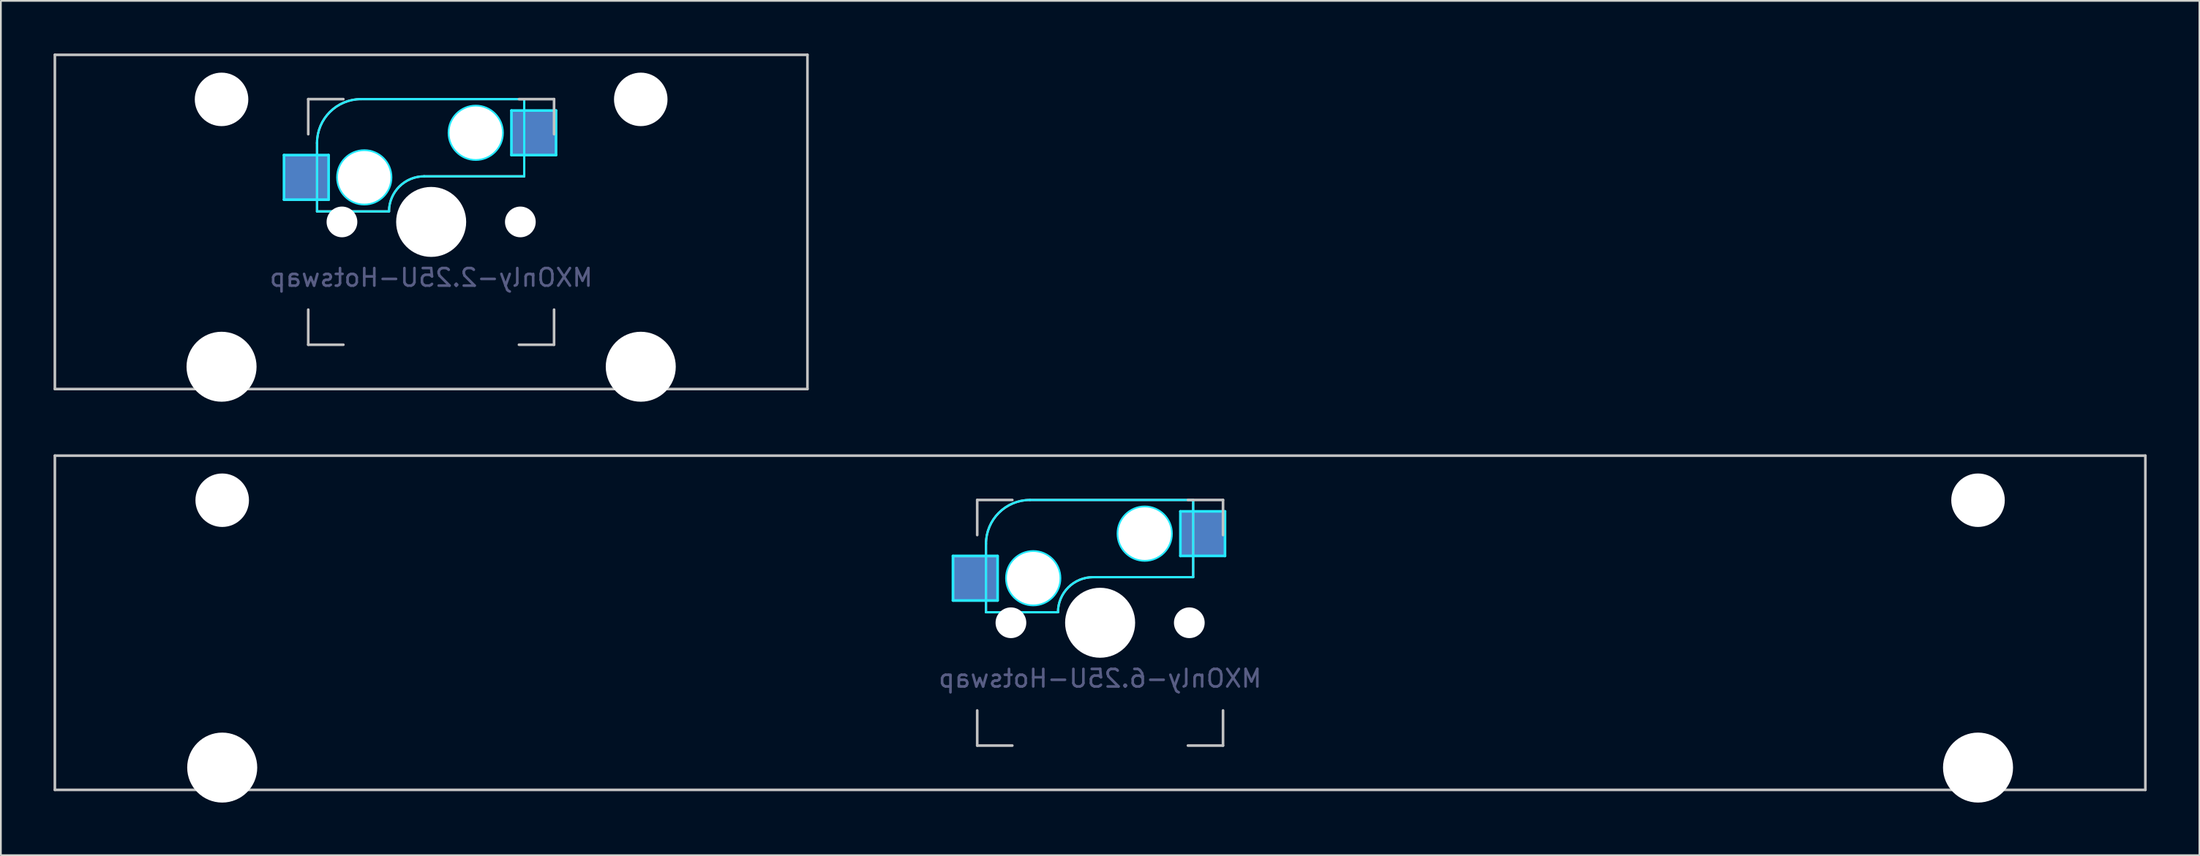
<source format=kicad_pcb>
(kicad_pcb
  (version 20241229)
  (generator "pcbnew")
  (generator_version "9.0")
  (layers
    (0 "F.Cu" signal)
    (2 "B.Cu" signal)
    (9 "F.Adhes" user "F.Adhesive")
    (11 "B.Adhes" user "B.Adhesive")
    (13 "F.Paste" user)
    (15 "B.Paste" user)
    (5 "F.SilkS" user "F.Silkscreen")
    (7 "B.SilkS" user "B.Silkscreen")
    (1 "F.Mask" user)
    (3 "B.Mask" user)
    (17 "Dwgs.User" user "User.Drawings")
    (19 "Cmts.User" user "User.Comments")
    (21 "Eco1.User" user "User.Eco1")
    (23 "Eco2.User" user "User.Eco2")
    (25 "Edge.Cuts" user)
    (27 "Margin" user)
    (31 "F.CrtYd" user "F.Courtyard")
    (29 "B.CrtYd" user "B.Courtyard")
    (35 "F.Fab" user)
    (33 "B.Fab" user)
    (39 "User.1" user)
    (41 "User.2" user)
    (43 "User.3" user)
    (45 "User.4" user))
  (footprint "MXOnly-6.25U-Hotswap"
    (layer "F.Cu")
    (at 59.606 32.449)
    (property "Reference" "MXOnly-6.25U-Hotswap" (at 0 3.175 0) (layer "B.Fab") (effects (font (size 1 1) (thickness 0.15)) (justify mirror)))
    (attr smd)
    (fp_line (start -6.5 -4.5) (end -6.5 -0.6) (stroke (width 0.127) (type solid)) (layer "B.SilkS"))
    (fp_line (start -6.5 -0.6) (end -2.4 -0.6) (stroke (width 0.127) (type solid)) (layer "B.SilkS"))
    (fp_line (start -0.4 -2.6) (end 5.3 -2.6) (stroke (width 0.127) (type solid)) (layer "B.SilkS"))
    (fp_line (start 5.3 -7) (end -4 -7) (stroke (width 0.127) (type solid)) (layer "B.SilkS"))
    (fp_line (start 5.3 -7) (end 5.3 -2.6) (stroke (width 0.127) (type solid)) (layer "B.SilkS"))
    (fp_rect (start -8.36 -3.79) (end -5.82 -1.25) (stroke (width 0.1) (type default)) (fill no) (layer "B.SilkS"))
    (fp_rect (start 7.112 -6.35) (end 4.572 -3.81) (stroke (width 0.1) (type default)) (fill no) (layer "B.SilkS"))
    (fp_arc (start -6.500002 -4.499998) (mid -5.76777 -6.267766) (end -4.000002 -6.999998) (stroke (width 0.127) (type solid)) (layer "B.SilkS"))
    (fp_arc (start -2.4 -0.6) (mid -1.814214 -2.014214) (end -0.4 -2.6) (stroke (width 0.127) (type solid)) (layer "B.SilkS"))
    (fp_line (start -59.531 -9.525) (end 59.531 -9.525) (stroke (width 0.15) (type solid)) (layer "Dwgs.User"))
    (fp_line (start -59.531 9.525) (end -59.531 -9.525) (stroke (width 0.15) (type solid)) (layer "Dwgs.User"))
    (fp_line (start -7 -7) (end -7 -5) (stroke (width 0.15) (type solid)) (layer "Dwgs.User"))
    (fp_line (start -7 5) (end -7 7) (stroke (width 0.15) (type solid)) (layer "Dwgs.User"))
    (fp_line (start -7 7) (end -5 7) (stroke (width 0.15) (type solid)) (layer "Dwgs.User"))
    (fp_line (start -5 -7) (end -7 -7) (stroke (width 0.15) (type solid)) (layer "Dwgs.User"))
    (fp_line (start 5 -7) (end 7 -7) (stroke (width 0.15) (type solid)) (layer "Dwgs.User"))
    (fp_line (start 5 7) (end 7 7) (stroke (width 0.15) (type solid)) (layer "Dwgs.User"))
    (fp_line (start 7 -7) (end 7 -5) (stroke (width 0.15) (type solid)) (layer "Dwgs.User"))
    (fp_line (start 7 7) (end 7 5) (stroke (width 0.15) (type solid)) (layer "Dwgs.User"))
    (fp_line (start 59.531 -9.525) (end 59.531 9.525) (stroke (width 0.15) (type solid)) (layer "Dwgs.User"))
    (fp_line (start 59.531 9.525) (end -59.531 9.525) (stroke (width 0.15) (type solid)) (layer "Dwgs.User"))
    (fp_line (start -8.382 -3.81) (end -5.842 -3.81) (stroke (width 0.15) (type solid)) (layer "B.CrtYd"))
    (fp_line (start -8.382 -1.27) (end -8.382 -3.81) (stroke (width 0.15) (type solid)) (layer "B.CrtYd"))
    (fp_line (start -6.5 -4.5) (end -6.5 -0.6) (stroke (width 0.127) (type solid)) (layer "B.CrtYd"))
    (fp_line (start -6.5 -0.6) (end -2.4 -0.6) (stroke (width 0.127) (type solid)) (layer "B.CrtYd"))
    (fp_line (start -5.842 -3.81) (end -5.842 -1.27) (stroke (width 0.15) (type solid)) (layer "B.CrtYd"))
    (fp_line (start -5.842 -1.27) (end -8.382 -1.27) (stroke (width 0.15) (type solid)) (layer "B.CrtYd"))
    (fp_line (start -0.4 -2.6) (end 5.3 -2.6) (stroke (width 0.127) (type solid)) (layer "B.CrtYd"))
    (fp_line (start 4.572 -6.35) (end 7.112 -6.35) (stroke (width 0.15) (type solid)) (layer "B.CrtYd"))
    (fp_line (start 4.572 -3.81) (end 4.572 -6.35) (stroke (width 0.15) (type solid)) (layer "B.CrtYd"))
    (fp_line (start 5.3 -7) (end -4 -7) (stroke (width 0.127) (type solid)) (layer "B.CrtYd"))
    (fp_line (start 5.3 -7) (end 5.3 -2.6) (stroke (width 0.127) (type solid)) (layer "B.CrtYd"))
    (fp_line (start 7.112 -6.35) (end 7.112 -3.81) (stroke (width 0.15) (type solid)) (layer "B.CrtYd"))
    (fp_line (start 7.112 -3.81) (end 4.572 -3.81) (stroke (width 0.15) (type solid)) (layer "B.CrtYd"))
    (fp_arc (start -6.5 -4.5) (mid -5.767767 -6.267767) (end -4 -7) (stroke (width 0.127) (type solid)) (layer "B.CrtYd"))
    (fp_arc (start -2.4 -0.6) (mid -1.814214 -2.014214) (end -0.4 -2.6) (stroke (width 0.127) (type solid)) (layer "B.CrtYd"))
    (fp_circle (center -3.81 -2.54) (end -3.81 -4.064) (stroke (width 0.15) (type solid)) (fill no) (layer "B.CrtYd"))
    (fp_circle (center 2.54 -5.08) (end 2.54 -6.604) (stroke (width 0.15) (type solid)) (fill no) (layer "B.CrtYd"))
    (pad "" np_thru_hole circle (at -50 -6.985) (size 3.048 3.048) (drill 3.048) (layers "*.Cu" "*.Mask"))
    (pad "" np_thru_hole circle (at -50 8.255) (size 3.988 3.988) (drill 3.988) (layers "*.Cu" "*.Mask"))
    (pad "" np_thru_hole circle (at -5.08 0 48.1) (size 1.75 1.75) (drill 1.75) (layers "*.Cu" "*.Mask"))
    (pad "" np_thru_hole circle (at -3.81 -2.54) (size 3 3) (drill 3) (layers "*.Cu" "*.Mask"))
    (pad "" np_thru_hole circle (at 0 0) (size 3.988 3.988) (drill 3.988) (layers "*.Cu" "*.Mask"))
    (pad "" np_thru_hole circle (at 2.54 -5.08) (size 3 3) (drill 3) (layers "*.Cu" "*.Mask"))
    (pad "" np_thru_hole circle (at 5.08 0 48.1) (size 1.75 1.75) (drill 1.75) (layers "*.Cu" "*.Mask"))
    (pad "" np_thru_hole circle (at 50 -6.985) (size 3.048 3.048) (drill 3.048) (layers "*.Cu" "*.Mask"))
    (pad "" np_thru_hole circle (at 50 8.255) (size 3.988 3.988) (drill 3.988) (layers "*.Cu" "*.Mask"))
    (pad "1" smd rect (at -7.085 -2.54) (size 2.55 2.5) (layers "B.Cu" "B.Mask" "B.Paste"))
    (pad "2" smd rect (at 5.842 -5.08) (size 2.55 2.5) (layers "B.Cu" "B.Mask" "B.Paste")))
  (footprint "MXOnly-2.25U-Hotswap"
    (layer "F.Cu")
    (at 21.506 9.6)
    (property "Reference" "MXOnly-2.25U-Hotswap" (at 0 3.175 0) (layer "B.Fab") (effects (font (size 1 1) (thickness 0.15)) (justify mirror)))
    (attr smd)
    (fp_line (start -6.5 -4.5) (end -6.5 -0.6) (stroke (width 0.127) (type solid)) (layer "B.SilkS"))
    (fp_line (start -6.5 -0.6) (end -2.4 -0.6) (stroke (width 0.127) (type solid)) (layer "B.SilkS"))
    (fp_line (start -0.4 -2.6) (end 5.3 -2.6) (stroke (width 0.127) (type solid)) (layer "B.SilkS"))
    (fp_line (start 5.3 -7) (end -4 -7) (stroke (width 0.127) (type solid)) (layer "B.SilkS"))
    (fp_line (start 5.3 -7) (end 5.3 -2.6) (stroke (width 0.127) (type solid)) (layer "B.SilkS"))
    (fp_rect (start -8.36 -3.79) (end -5.82 -1.25) (stroke (width 0.1) (type default)) (fill no) (layer "B.SilkS"))
    (fp_rect (start 7.112 -6.35) (end 4.572 -3.81) (stroke (width 0.1) (type default)) (fill no) (layer "B.SilkS"))
    (fp_arc (start -6.500002 -4.499998) (mid -5.76777 -6.267766) (end -4.000002 -6.999998) (stroke (width 0.127) (type solid)) (layer "B.SilkS"))
    (fp_arc (start -2.4 -0.6) (mid -1.814214 -2.014214) (end -0.4 -2.6) (stroke (width 0.127) (type solid)) (layer "B.SilkS"))
    (fp_line (start -21.431 -9.525) (end 21.431 -9.525) (stroke (width 0.15) (type solid)) (layer "Dwgs.User"))
    (fp_line (start -21.431 9.525) (end -21.431 -9.525) (stroke (width 0.15) (type solid)) (layer "Dwgs.User"))
    (fp_line (start -7 -7) (end -7 -5) (stroke (width 0.15) (type solid)) (layer "Dwgs.User"))
    (fp_line (start -7 5) (end -7 7) (stroke (width 0.15) (type solid)) (layer "Dwgs.User"))
    (fp_line (start -7 7) (end -5 7) (stroke (width 0.15) (type solid)) (layer "Dwgs.User"))
    (fp_line (start -5 -7) (end -7 -7) (stroke (width 0.15) (type solid)) (layer "Dwgs.User"))
    (fp_line (start 5 -7) (end 7 -7) (stroke (width 0.15) (type solid)) (layer "Dwgs.User"))
    (fp_line (start 5 7) (end 7 7) (stroke (width 0.15) (type solid)) (layer "Dwgs.User"))
    (fp_line (start 7 -7) (end 7 -5) (stroke (width 0.15) (type solid)) (layer "Dwgs.User"))
    (fp_line (start 7 7) (end 7 5) (stroke (width 0.15) (type solid)) (layer "Dwgs.User"))
    (fp_line (start 21.431 -9.525) (end 21.431 9.525) (stroke (width 0.15) (type solid)) (layer "Dwgs.User"))
    (fp_line (start 21.431 9.525) (end -21.431 9.525) (stroke (width 0.15) (type solid)) (layer "Dwgs.User"))
    (fp_line (start -8.382 -3.81) (end -5.842 -3.81) (stroke (width 0.15) (type solid)) (layer "B.CrtYd"))
    (fp_line (start -8.382 -1.27) (end -8.382 -3.81) (stroke (width 0.15) (type solid)) (layer "B.CrtYd"))
    (fp_line (start -6.5 -4.5) (end -6.5 -0.6) (stroke (width 0.127) (type solid)) (layer "B.CrtYd"))
    (fp_line (start -6.5 -0.6) (end -2.4 -0.6) (stroke (width 0.127) (type solid)) (layer "B.CrtYd"))
    (fp_line (start -5.842 -3.81) (end -5.842 -1.27) (stroke (width 0.15) (type solid)) (layer "B.CrtYd"))
    (fp_line (start -5.842 -1.27) (end -8.382 -1.27) (stroke (width 0.15) (type solid)) (layer "B.CrtYd"))
    (fp_line (start -0.4 -2.6) (end 5.3 -2.6) (stroke (width 0.127) (type solid)) (layer "B.CrtYd"))
    (fp_line (start 4.572 -6.35) (end 7.112 -6.35) (stroke (width 0.15) (type solid)) (layer "B.CrtYd"))
    (fp_line (start 4.572 -3.81) (end 4.572 -6.35) (stroke (width 0.15) (type solid)) (layer "B.CrtYd"))
    (fp_line (start 5.3 -7) (end -4 -7) (stroke (width 0.127) (type solid)) (layer "B.CrtYd"))
    (fp_line (start 5.3 -7) (end 5.3 -2.6) (stroke (width 0.127) (type solid)) (layer "B.CrtYd"))
    (fp_line (start 7.112 -6.35) (end 7.112 -3.81) (stroke (width 0.15) (type solid)) (layer "B.CrtYd"))
    (fp_line (start 7.112 -3.81) (end 4.572 -3.81) (stroke (width 0.15) (type solid)) (layer "B.CrtYd"))
    (fp_arc (start -6.5 -4.5) (mid -5.767767 -6.267767) (end -4 -7) (stroke (width 0.127) (type solid)) (layer "B.CrtYd"))
    (fp_arc (start -2.4 -0.6) (mid -1.814214 -2.014214) (end -0.4 -2.6) (stroke (width 0.127) (type solid)) (layer "B.CrtYd"))
    (fp_circle (center -3.81 -2.54) (end -3.81 -4.064) (stroke (width 0.15) (type solid)) (fill no) (layer "B.CrtYd"))
    (fp_circle (center 2.54 -5.08) (end 2.54 -6.604) (stroke (width 0.15) (type solid)) (fill no) (layer "B.CrtYd"))
    (pad "" np_thru_hole circle (at -11.938 -6.985) (size 3.048 3.048) (drill 3.048) (layers "*.Cu" "*.Mask"))
    (pad "" np_thru_hole circle (at -11.938 8.255) (size 3.988 3.988) (drill 3.988) (layers "*.Cu" "*.Mask"))
    (pad "" np_thru_hole circle (at -5.08 0 48.1) (size 1.75 1.75) (drill 1.75) (layers "*.Cu" "*.Mask"))
    (pad "" np_thru_hole circle (at -3.81 -2.54) (size 3 3) (drill 3) (layers "*.Cu" "*.Mask"))
    (pad "" np_thru_hole circle (at 0 0) (size 3.988 3.988) (drill 3.988) (layers "*.Cu" "*.Mask"))
    (pad "" np_thru_hole circle (at 2.54 -5.08) (size 3 3) (drill 3) (layers "*.Cu" "*.Mask"))
    (pad "" np_thru_hole circle (at 5.08 0 48.1) (size 1.75 1.75) (drill 1.75) (layers "*.Cu" "*.Mask"))
    (pad "" np_thru_hole circle (at 11.938 -6.985) (size 3.048 3.048) (drill 3.048) (layers "*.Cu" "*.Mask"))
    (pad "" np_thru_hole circle (at 11.938 8.255) (size 3.988 3.988) (drill 3.988) (layers "*.Cu" "*.Mask"))
    (pad "1" smd rect (at -7.085 -2.54) (size 2.55 2.5) (layers "B.Cu" "B.Mask" "B.Paste"))
    (pad "2" smd rect (at 5.842 -5.08) (size 2.55 2.5) (layers "B.Cu" "B.Mask" "B.Paste")))
  (gr_rect
    (start -3 -3)
    (end 122.213 45.698)
    (stroke (width 0.1) (type default))
    (fill no)
    (layer "Edge.Cuts")))
</source>
